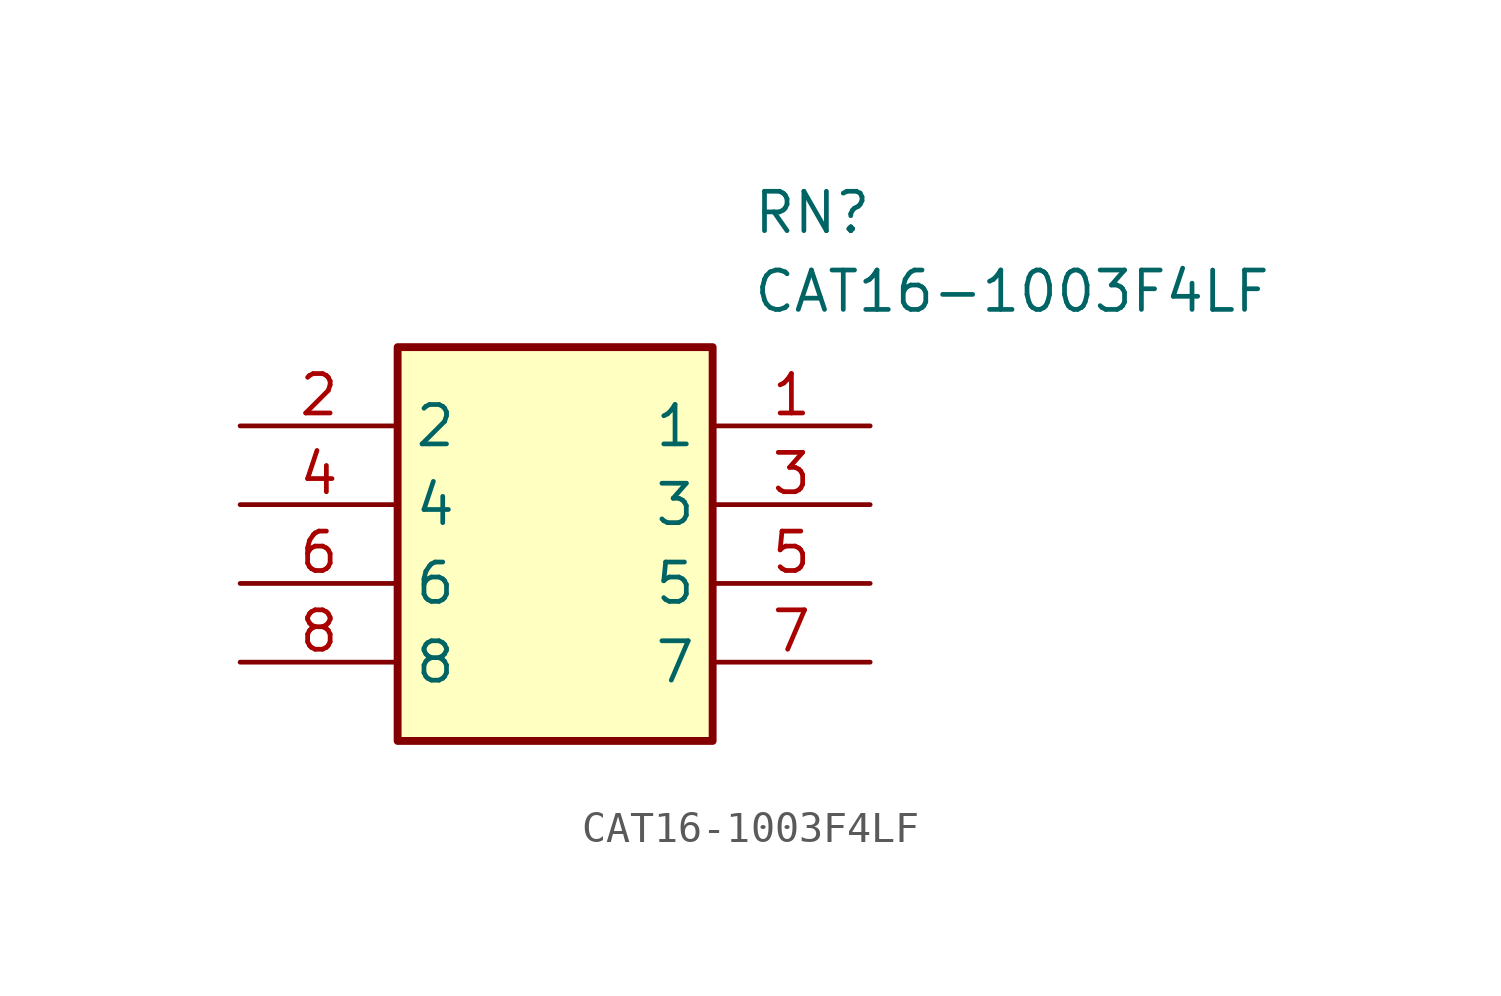
<source format=kicad_sym>
(kicad_symbol_lib
  (version 20211014)
  (generator SamacSys_ECAD_Model)
  (symbol "CAT16-1003F4LF"
    (property "Reference" "RN"
      (at 16.51 7.62 0)
      (effects (font (size 1.27 1.27)) (justify left top)))
    (property "Value" "CAT16-1003F4LF"
      (at 16.51 5.08 0)
      (effects (font (size 1.27 1.27)) (justify left top)))
    (rectangle
      (start 5.08 2.54)
      (end 15.24 -10.16)
      (stroke (width 0.254) (type default))
      (fill (type background)))
    (pin passive line
      (at 20.32 0 180)
      (length 5.08)
      (name "1" (effects (font (size 1.27 1.27))))
      (number "1" (effects (font (size 1.27 1.27)))))
    (pin passive line
      (at 0 0 0)
      (length 5.08)
      (name "2" (effects (font (size 1.27 1.27))))
      (number "2" (effects (font (size 1.27 1.27)))))
    (pin passive line
      (at 20.32 -2.54 180)
      (length 5.08)
      (name "3" (effects (font (size 1.27 1.27))))
      (number "3" (effects (font (size 1.27 1.27)))))
    (pin passive line
      (at 0 -2.54 0)
      (length 5.08)
      (name "4" (effects (font (size 1.27 1.27))))
      (number "4" (effects (font (size 1.27 1.27)))))
    (pin passive line
      (at 20.32 -5.08 180)
      (length 5.08)
      (name "5" (effects (font (size 1.27 1.27))))
      (number "5" (effects (font (size 1.27 1.27)))))
    (pin passive line
      (at 0 -5.08 0)
      (length 5.08)
      (name "6" (effects (font (size 1.27 1.27))))
      (number "6" (effects (font (size 1.27 1.27)))))
    (pin passive line
      (at 20.32 -7.62 180)
      (length 5.08)
      (name "7" (effects (font (size 1.27 1.27))))
      (number "7" (effects (font (size 1.27 1.27)))))
    (pin passive line
      (at 0 -7.62 0)
      (length 5.08)
      (name "8" (effects (font (size 1.27 1.27))))
      (number "8" (effects (font (size 1.27 1.27)))))))
</source>
